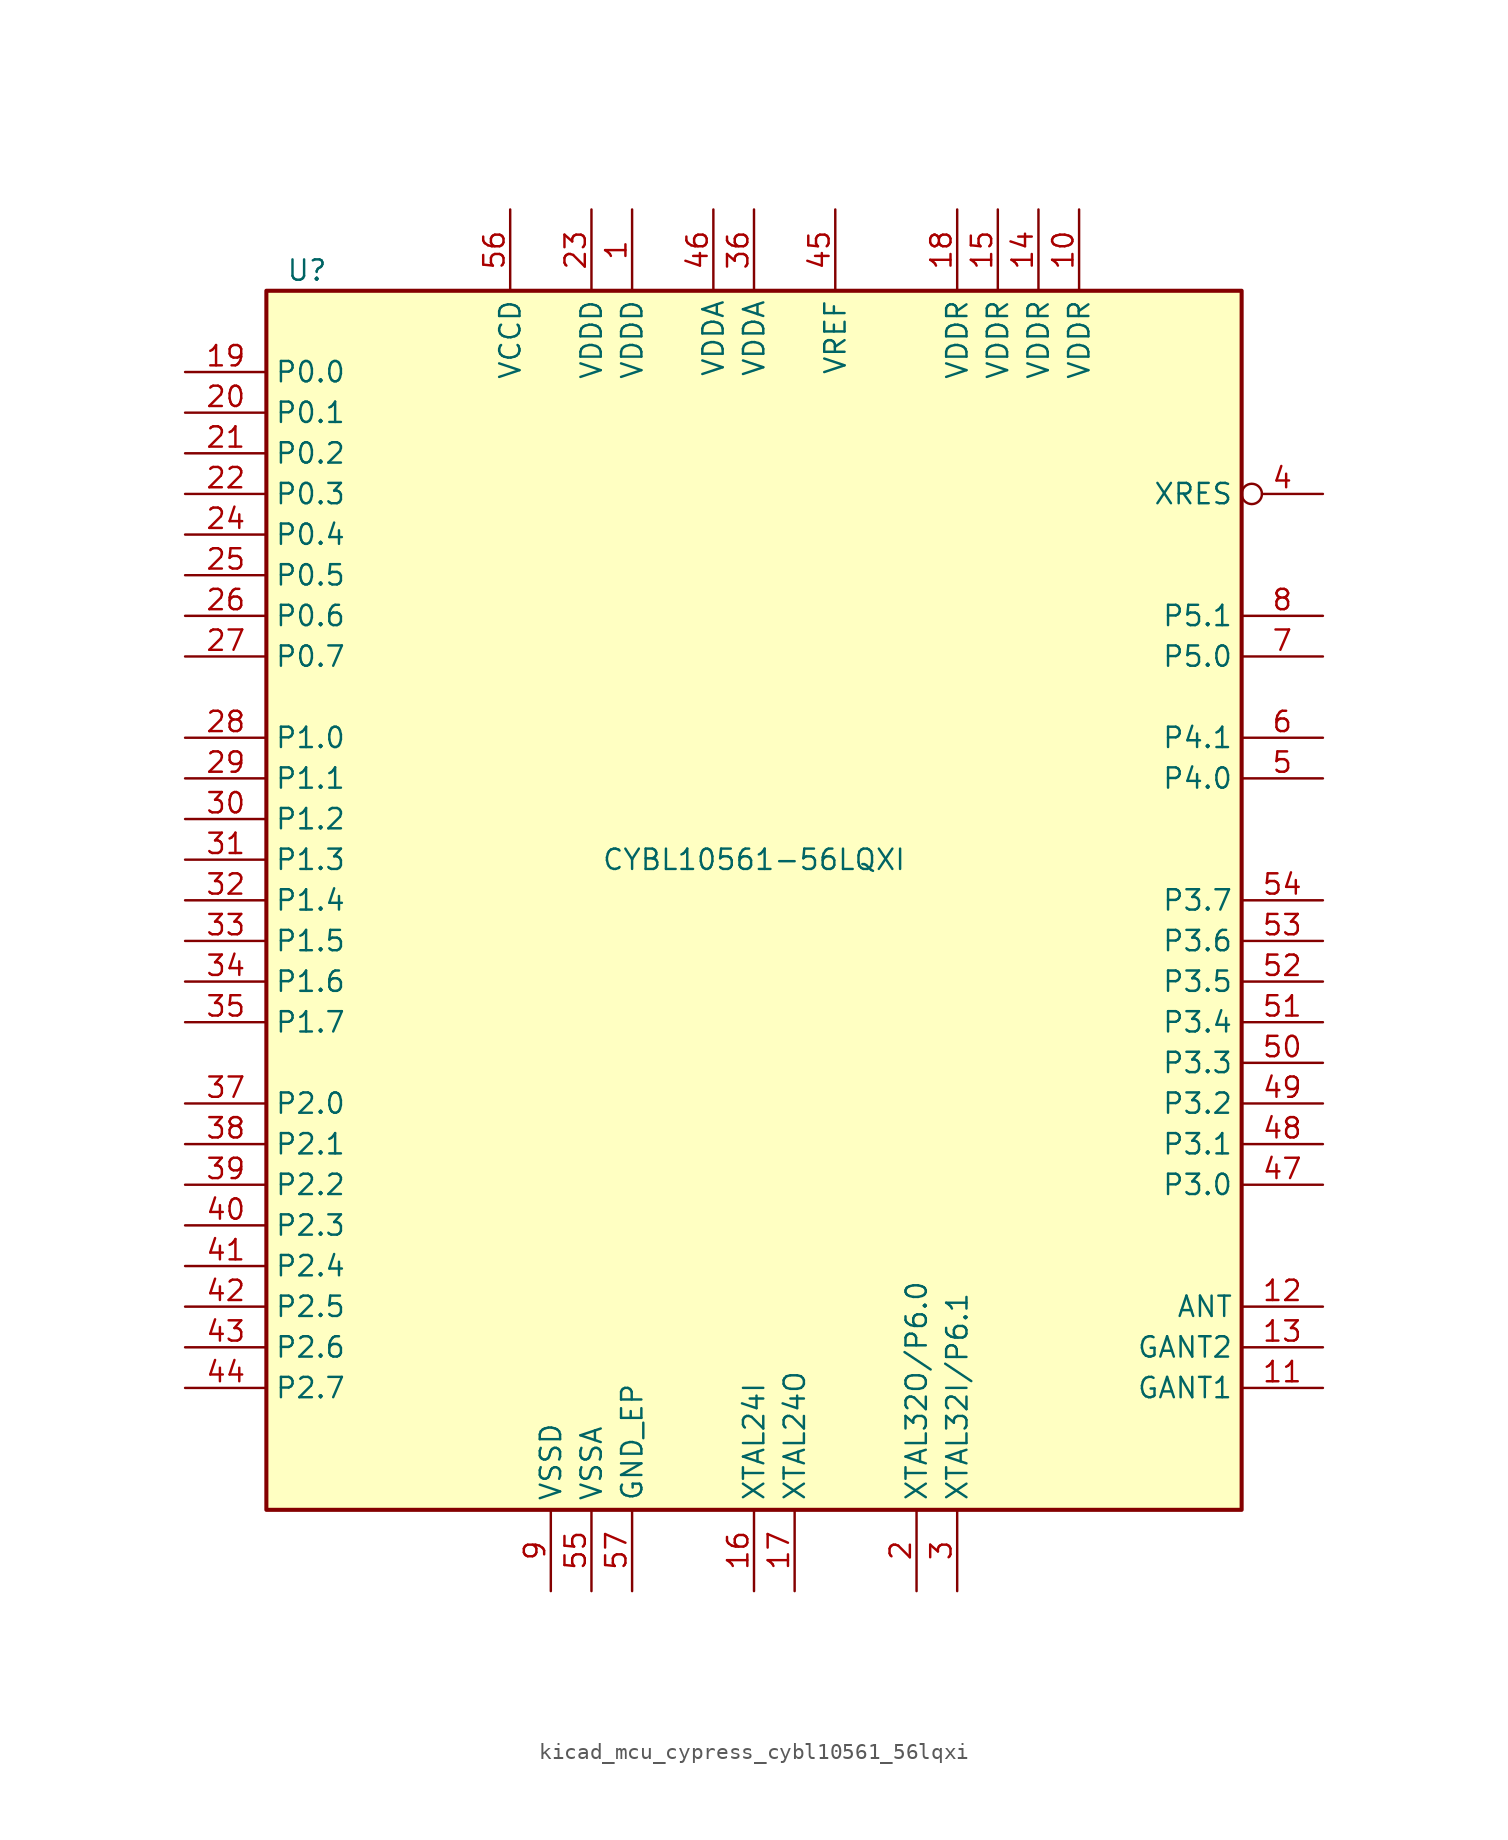
<source format=kicad_sym>
(kicad_symbol_lib
  (version 20220914)
  (generator kicad_symbol_editor)
  (symbol "kicad_mcu_cypress_cybl10561_56lqxi"
    (property "Reference" "U"
      (at -27.94 39.37 0)
      (effects (font (size 1.27 1.27))))
    (property "Value" "CYBL10561-56LQXI"
      (at 0 2.54 0)
      (effects (font (size 1.27 1.27))))
    (symbol "kicad_mcu_cypress_cybl10561_56lqxi_1_0"
      (rectangle (start -30.48 -38.1) (end 30.48 38.1) (stroke (width 0.254) (type default)) (fill (type background))))
    (symbol "kicad_mcu_cypress_cybl10561_56lqxi_1_1"
      (pin power_in line (at -7.62 43.18 270) (length 5.08) (name "VDDD" (effects (font (size 1.27 1.27)))) (number "1" (effects (font (size 1.27 1.27)))))
      (pin power_in line (at 20.32 43.18 270) (length 5.08) (name "VDDR" (effects (font (size 1.27 1.27)))) (number "10" (effects (font (size 1.27 1.27)))))
      (pin power_in line (at 35.56 -30.48 180) (length 5.08) (name "GANT1" (effects (font (size 1.27 1.27)))) (number "11" (effects (font (size 1.27 1.27)))))
      (pin output line (at 35.56 -25.4 180) (length 5.08) (name "ANT" (effects (font (size 1.27 1.27)))) (number "12" (effects (font (size 1.27 1.27)))))
      (pin power_in line (at 35.56 -27.94 180) (length 5.08) (name "GANT2" (effects (font (size 1.27 1.27)))) (number "13" (effects (font (size 1.27 1.27)))))
      (pin power_in line (at 17.78 43.18 270) (length 5.08) (name "VDDR" (effects (font (size 1.27 1.27)))) (number "14" (effects (font (size 1.27 1.27)))))
      (pin power_in line (at 15.24 43.18 270) (length 5.08) (name "VDDR" (effects (font (size 1.27 1.27)))) (number "15" (effects (font (size 1.27 1.27)))))
      (pin input line (at 0 -43.18 90) (length 5.08) (name "XTAL24I" (effects (font (size 1.27 1.27)))) (number "16" (effects (font (size 1.27 1.27)))))
      (pin output line (at 2.54 -43.18 90) (length 5.08) (name "XTAL24O" (effects (font (size 1.27 1.27)))) (number "17" (effects (font (size 1.27 1.27)))))
      (pin power_in line (at 12.7 43.18 270) (length 5.08) (name "VDDR" (effects (font (size 1.27 1.27)))) (number "18" (effects (font (size 1.27 1.27)))))
      (pin bidirectional line (at -35.56 33.02 0) (length 5.08) (name "P0.0" (effects (font (size 1.27 1.27)))) (number "19" (effects (font (size 1.27 1.27)))))
      (pin bidirectional line (at 10.16 -43.18 90) (length 5.08) (name "XTAL32O/P6.0" (effects (font (size 1.27 1.27)))) (number "2" (effects (font (size 1.27 1.27)))))
      (pin bidirectional line (at -35.56 30.48 0) (length 5.08) (name "P0.1" (effects (font (size 1.27 1.27)))) (number "20" (effects (font (size 1.27 1.27)))))
      (pin bidirectional line (at -35.56 27.94 0) (length 5.08) (name "P0.2" (effects (font (size 1.27 1.27)))) (number "21" (effects (font (size 1.27 1.27)))))
      (pin bidirectional line (at -35.56 25.4 0) (length 5.08) (name "P0.3" (effects (font (size 1.27 1.27)))) (number "22" (effects (font (size 1.27 1.27)))))
      (pin power_in line (at -10.16 43.18 270) (length 5.08) (name "VDDD" (effects (font (size 1.27 1.27)))) (number "23" (effects (font (size 1.27 1.27)))))
      (pin bidirectional line (at -35.56 22.86 0) (length 5.08) (name "P0.4" (effects (font (size 1.27 1.27)))) (number "24" (effects (font (size 1.27 1.27)))))
      (pin bidirectional line (at -35.56 20.32 0) (length 5.08) (name "P0.5" (effects (font (size 1.27 1.27)))) (number "25" (effects (font (size 1.27 1.27)))))
      (pin bidirectional line (at -35.56 17.78 0) (length 5.08) (name "P0.6" (effects (font (size 1.27 1.27)))) (number "26" (effects (font (size 1.27 1.27)))))
      (pin bidirectional line (at -35.56 15.24 0) (length 5.08) (name "P0.7" (effects (font (size 1.27 1.27)))) (number "27" (effects (font (size 1.27 1.27)))))
      (pin bidirectional line (at -35.56 10.16 0) (length 5.08) (name "P1.0" (effects (font (size 1.27 1.27)))) (number "28" (effects (font (size 1.27 1.27)))))
      (pin bidirectional line (at -35.56 7.62 0) (length 5.08) (name "P1.1" (effects (font (size 1.27 1.27)))) (number "29" (effects (font (size 1.27 1.27)))))
      (pin bidirectional line (at 12.7 -43.18 90) (length 5.08) (name "XTAL32I/P6.1" (effects (font (size 1.27 1.27)))) (number "3" (effects (font (size 1.27 1.27)))))
      (pin bidirectional line (at -35.56 5.08 0) (length 5.08) (name "P1.2" (effects (font (size 1.27 1.27)))) (number "30" (effects (font (size 1.27 1.27)))))
      (pin bidirectional line (at -35.56 2.54 0) (length 5.08) (name "P1.3" (effects (font (size 1.27 1.27)))) (number "31" (effects (font (size 1.27 1.27)))))
      (pin bidirectional line (at -35.56 0 0) (length 5.08) (name "P1.4" (effects (font (size 1.27 1.27)))) (number "32" (effects (font (size 1.27 1.27)))))
      (pin bidirectional line (at -35.56 -2.54 0) (length 5.08) (name "P1.5" (effects (font (size 1.27 1.27)))) (number "33" (effects (font (size 1.27 1.27)))))
      (pin bidirectional line (at -35.56 -5.08 0) (length 5.08) (name "P1.6" (effects (font (size 1.27 1.27)))) (number "34" (effects (font (size 1.27 1.27)))))
      (pin bidirectional line (at -35.56 -7.62 0) (length 5.08) (name "P1.7" (effects (font (size 1.27 1.27)))) (number "35" (effects (font (size 1.27 1.27)))))
      (pin power_in line (at 0 43.18 270) (length 5.08) (name "VDDA" (effects (font (size 1.27 1.27)))) (number "36" (effects (font (size 1.27 1.27)))))
      (pin bidirectional line (at -35.56 -12.7 0) (length 5.08) (name "P2.0" (effects (font (size 1.27 1.27)))) (number "37" (effects (font (size 1.27 1.27)))))
      (pin bidirectional line (at -35.56 -15.24 0) (length 5.08) (name "P2.1" (effects (font (size 1.27 1.27)))) (number "38" (effects (font (size 1.27 1.27)))))
      (pin bidirectional line (at -35.56 -17.78 0) (length 5.08) (name "P2.2" (effects (font (size 1.27 1.27)))) (number "39" (effects (font (size 1.27 1.27)))))
      (pin input inverted (at 35.56 25.4 180) (length 5.08) (name "XRES" (effects (font (size 1.27 1.27)))) (number "4" (effects (font (size 1.27 1.27)))))
      (pin bidirectional line (at -35.56 -20.32 0) (length 5.08) (name "P2.3" (effects (font (size 1.27 1.27)))) (number "40" (effects (font (size 1.27 1.27)))))
      (pin bidirectional line (at -35.56 -22.86 0) (length 5.08) (name "P2.4" (effects (font (size 1.27 1.27)))) (number "41" (effects (font (size 1.27 1.27)))))
      (pin bidirectional line (at -35.56 -25.4 0) (length 5.08) (name "P2.5" (effects (font (size 1.27 1.27)))) (number "42" (effects (font (size 1.27 1.27)))))
      (pin bidirectional line (at -35.56 -27.94 0) (length 5.08) (name "P2.6" (effects (font (size 1.27 1.27)))) (number "43" (effects (font (size 1.27 1.27)))))
      (pin bidirectional line (at -35.56 -30.48 0) (length 5.08) (name "P2.7" (effects (font (size 1.27 1.27)))) (number "44" (effects (font (size 1.27 1.27)))))
      (pin passive line (at 5.08 43.18 270) (length 5.08) (name "VREF" (effects (font (size 1.27 1.27)))) (number "45" (effects (font (size 1.27 1.27)))))
      (pin power_in line (at -2.54 43.18 270) (length 5.08) (name "VDDA" (effects (font (size 1.27 1.27)))) (number "46" (effects (font (size 1.27 1.27)))))
      (pin bidirectional line (at 35.56 -17.78 180) (length 5.08) (name "P3.0" (effects (font (size 1.27 1.27)))) (number "47" (effects (font (size 1.27 1.27)))))
      (pin bidirectional line (at 35.56 -15.24 180) (length 5.08) (name "P3.1" (effects (font (size 1.27 1.27)))) (number "48" (effects (font (size 1.27 1.27)))))
      (pin bidirectional line (at 35.56 -12.7 180) (length 5.08) (name "P3.2" (effects (font (size 1.27 1.27)))) (number "49" (effects (font (size 1.27 1.27)))))
      (pin bidirectional line (at 35.56 7.62 180) (length 5.08) (name "P4.0" (effects (font (size 1.27 1.27)))) (number "5" (effects (font (size 1.27 1.27)))))
      (pin bidirectional line (at 35.56 -10.16 180) (length 5.08) (name "P3.3" (effects (font (size 1.27 1.27)))) (number "50" (effects (font (size 1.27 1.27)))))
      (pin bidirectional line (at 35.56 -7.62 180) (length 5.08) (name "P3.4" (effects (font (size 1.27 1.27)))) (number "51" (effects (font (size 1.27 1.27)))))
      (pin bidirectional line (at 35.56 -5.08 180) (length 5.08) (name "P3.5" (effects (font (size 1.27 1.27)))) (number "52" (effects (font (size 1.27 1.27)))))
      (pin bidirectional line (at 35.56 -2.54 180) (length 5.08) (name "P3.6" (effects (font (size 1.27 1.27)))) (number "53" (effects (font (size 1.27 1.27)))))
      (pin bidirectional line (at 35.56 0 180) (length 5.08) (name "P3.7" (effects (font (size 1.27 1.27)))) (number "54" (effects (font (size 1.27 1.27)))))
      (pin power_in line (at -10.16 -43.18 90) (length 5.08) (name "VSSA" (effects (font (size 1.27 1.27)))) (number "55" (effects (font (size 1.27 1.27)))))
      (pin power_out line (at -15.24 43.18 270) (length 5.08) (name "VCCD" (effects (font (size 1.27 1.27)))) (number "56" (effects (font (size 1.27 1.27)))))
      (pin power_in line (at -7.62 -43.18 90) (length 5.08) (name "GND_EP" (effects (font (size 1.27 1.27)))) (number "57" (effects (font (size 1.27 1.27)))))
      (pin bidirectional line (at 35.56 10.16 180) (length 5.08) (name "P4.1" (effects (font (size 1.27 1.27)))) (number "6" (effects (font (size 1.27 1.27)))))
      (pin bidirectional line (at 35.56 15.24 180) (length 5.08) (name "P5.0" (effects (font (size 1.27 1.27)))) (number "7" (effects (font (size 1.27 1.27)))))
      (pin bidirectional line (at 35.56 17.78 180) (length 5.08) (name "P5.1" (effects (font (size 1.27 1.27)))) (number "8" (effects (font (size 1.27 1.27)))))
      (pin power_in line (at -12.7 -43.18 90) (length 5.08) (name "VSSD" (effects (font (size 1.27 1.27)))) (number "9" (effects (font (size 1.27 1.27))))))))
</source>
